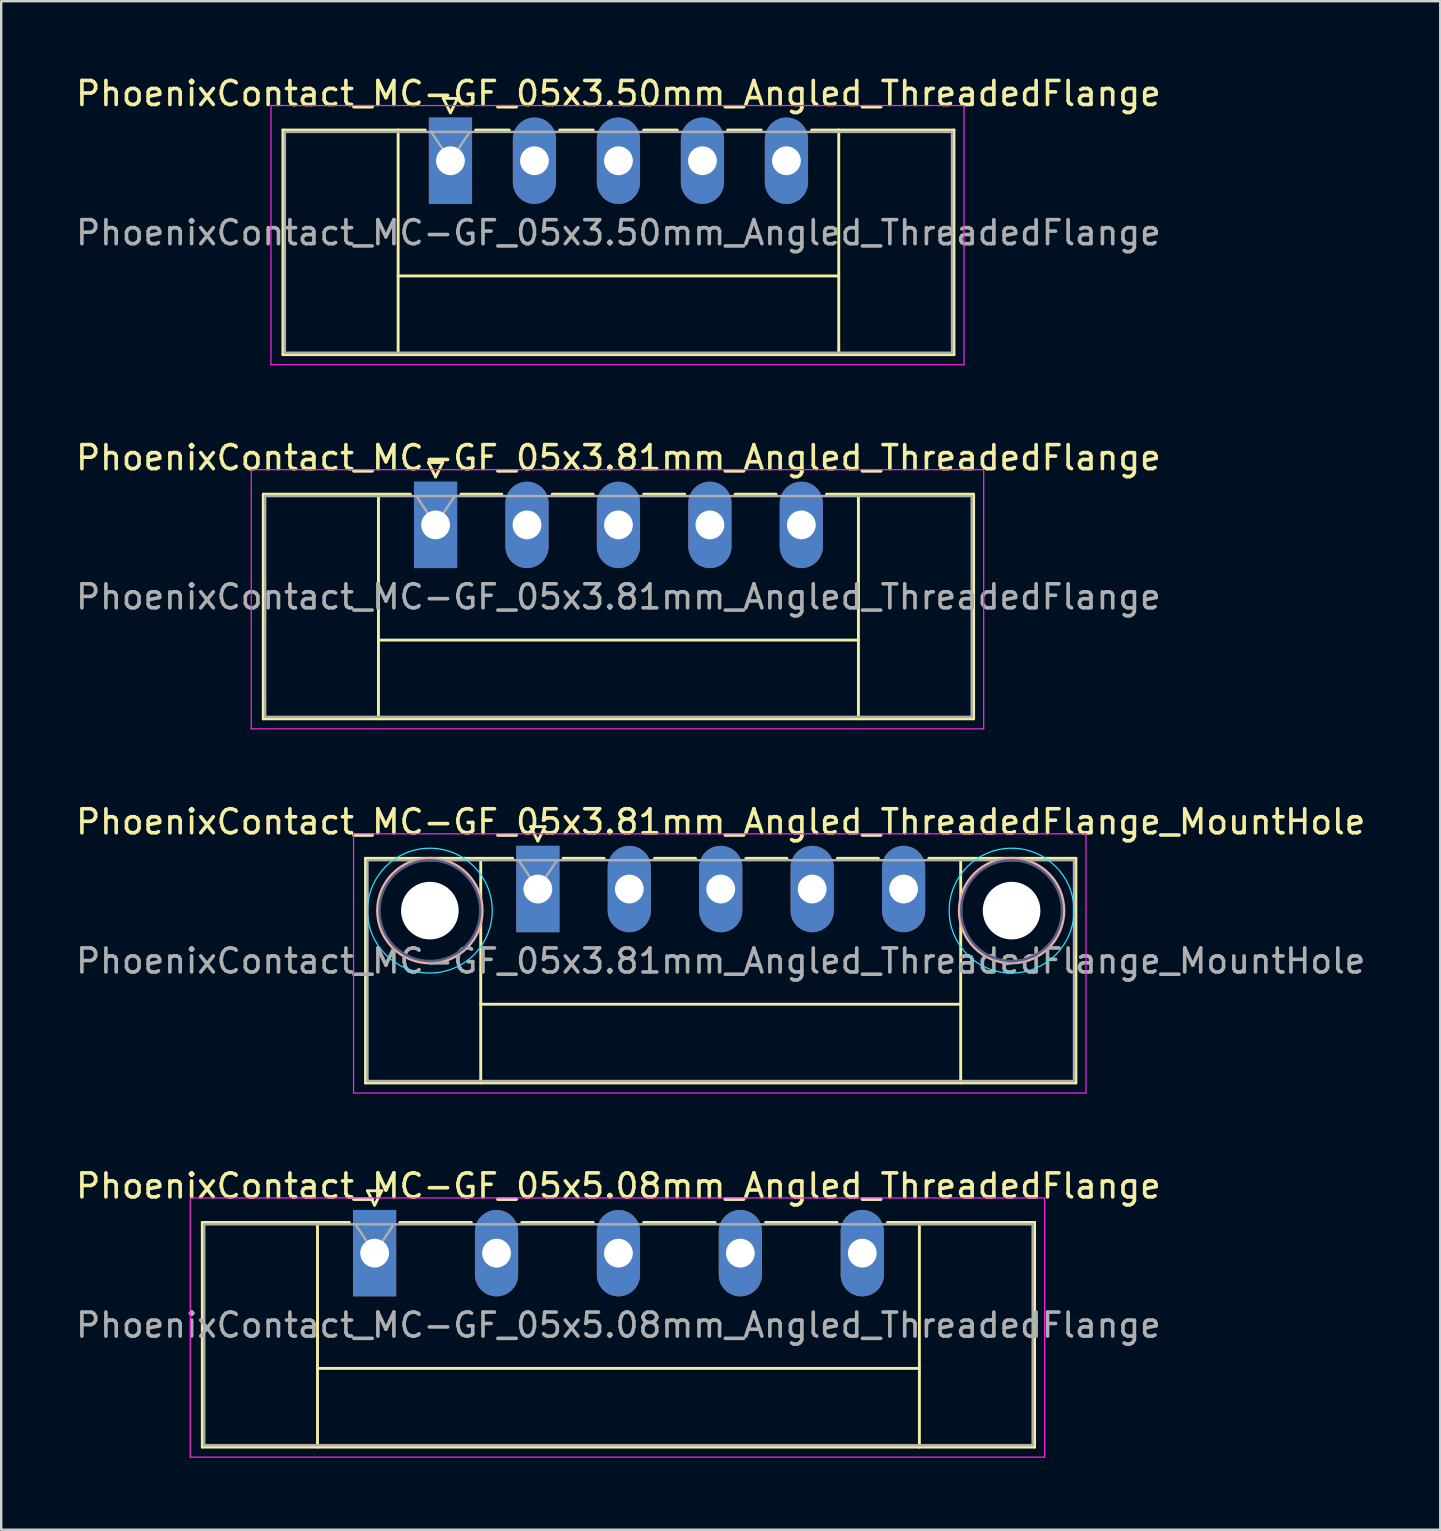
<source format=kicad_pcb>
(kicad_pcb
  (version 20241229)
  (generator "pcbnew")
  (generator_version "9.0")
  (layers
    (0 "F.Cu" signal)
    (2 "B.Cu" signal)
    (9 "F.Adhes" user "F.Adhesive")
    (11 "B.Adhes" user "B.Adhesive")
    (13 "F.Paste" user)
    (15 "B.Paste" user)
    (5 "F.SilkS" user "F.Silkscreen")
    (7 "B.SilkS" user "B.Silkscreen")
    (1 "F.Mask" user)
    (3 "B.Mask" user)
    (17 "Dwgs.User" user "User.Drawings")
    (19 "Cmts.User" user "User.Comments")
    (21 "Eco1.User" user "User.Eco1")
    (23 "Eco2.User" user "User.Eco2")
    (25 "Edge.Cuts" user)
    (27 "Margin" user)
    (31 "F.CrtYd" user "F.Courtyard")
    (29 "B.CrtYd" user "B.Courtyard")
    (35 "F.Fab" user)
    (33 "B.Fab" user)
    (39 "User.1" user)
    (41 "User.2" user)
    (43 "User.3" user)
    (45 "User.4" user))
  (footprint "PhoenixContact_MC-GF_05x3.50mm_Angled_ThreadedFlange"
    (layer "F.Cu")
    (at 15.72 3.648)
    (property "Reference" "PhoenixContact_MC-GF_05x3.50mm_Angled_ThreadedFlange" (at 7 -2.8 0) (layer "F.SilkS") (effects (font (size 1 1) (thickness 0.15))))
    (attr through_hole)
    (fp_line (start -6.98 -1.28) (end -6.98 8.08) (stroke (width 0.12) (type solid)) (layer "F.SilkS"))
    (fp_line (start -6.98 -1.28) (end -1.05 -1.28) (stroke (width 0.12) (type solid)) (layer "F.SilkS"))
    (fp_line (start -6.98 8.08) (end 20.98 8.08) (stroke (width 0.12) (type solid)) (layer "F.SilkS"))
    (fp_line (start -2.18 -1.28) (end -2.18 8.08) (stroke (width 0.12) (type solid)) (layer "F.SilkS"))
    (fp_line (start -2.18 4.8) (end 16.18 4.8) (stroke (width 0.12) (type solid)) (layer "F.SilkS"))
    (fp_line (start -0.3 -2.6) (end 0.3 -2.6) (stroke (width 0.12) (type solid)) (layer "F.SilkS"))
    (fp_line (start 0 -2) (end -0.3 -2.6) (stroke (width 0.12) (type solid)) (layer "F.SilkS"))
    (fp_line (start 0.3 -2.6) (end 0 -2) (stroke (width 0.12) (type solid)) (layer "F.SilkS"))
    (fp_line (start 1.05 -1.28) (end 2.45 -1.28) (stroke (width 0.12) (type solid)) (layer "F.SilkS"))
    (fp_line (start 4.55 -1.28) (end 5.95 -1.28) (stroke (width 0.12) (type solid)) (layer "F.SilkS"))
    (fp_line (start 8.05 -1.28) (end 9.45 -1.28) (stroke (width 0.12) (type solid)) (layer "F.SilkS"))
    (fp_line (start 11.55 -1.28) (end 12.95 -1.28) (stroke (width 0.12) (type solid)) (layer "F.SilkS"))
    (fp_line (start 16.18 -1.28) (end 16.18 8.08) (stroke (width 0.12) (type solid)) (layer "F.SilkS"))
    (fp_line (start 20.98 -1.28) (end 15.05 -1.28) (stroke (width 0.12) (type solid)) (layer "F.SilkS"))
    (fp_line (start 20.98 8.08) (end 20.98 -1.28) (stroke (width 0.12) (type solid)) (layer "F.SilkS"))
    (fp_line (start -7.48 -2.3) (end -7.48 8.5) (stroke (width 0.05) (type solid)) (layer "F.CrtYd"))
    (fp_line (start -7.48 8.5) (end 21.4 8.5) (stroke (width 0.05) (type solid)) (layer "F.CrtYd"))
    (fp_line (start 21.4 -2.3) (end -7.48 -2.3) (stroke (width 0.05) (type solid)) (layer "F.CrtYd"))
    (fp_line (start 21.4 8.5) (end 21.4 -2.3) (stroke (width 0.05) (type solid)) (layer "F.CrtYd"))
    (fp_line (start -6.9 -1.2) (end -6.9 8) (stroke (width 0.1) (type solid)) (layer "F.Fab"))
    (fp_line (start -6.9 8) (end 20.9 8) (stroke (width 0.1) (type solid)) (layer "F.Fab"))
    (fp_line (start 0 0) (end -0.8 -1.2) (stroke (width 0.1) (type solid)) (layer "F.Fab"))
    (fp_line (start 0.8 -1.2) (end 0 0) (stroke (width 0.1) (type solid)) (layer "F.Fab"))
    (fp_line (start 20.9 -1.2) (end -6.9 -1.2) (stroke (width 0.1) (type solid)) (layer "F.Fab"))
    (fp_line (start 20.9 8) (end 20.9 -1.2) (stroke (width 0.1) (type solid)) (layer "F.Fab"))
    (fp_text user "${REFERENCE}" (at 7 3 0) (layer "F.Fab") (effects (font (size 1 1) (thickness 0.15))))
    (pad "1" thru_hole rect (at 0 0) (size 1.8 3.6) (drill 1.2) (layers "*.Cu" "*.Mask"))
    (pad "2" thru_hole oval (at 3.5 0) (size 1.8 3.6) (drill 1.2) (layers "*.Cu" "*.Mask"))
    (pad "3" thru_hole oval (at 7 0) (size 1.8 3.6) (drill 1.2) (layers "*.Cu" "*.Mask"))
    (pad "4" thru_hole oval (at 10.5 0) (size 1.8 3.6) (drill 1.2) (layers "*.Cu" "*.Mask"))
    (pad "5" thru_hole oval (at 14 0) (size 1.8 3.6) (drill 1.2) (layers "*.Cu" "*.Mask")))
  (footprint "PhoenixContact_MC-GF_05x5.08mm_Angled_ThreadedFlange"
    (layer "F.Cu")
    (at 12.56 49.168)
    (property "Reference" "PhoenixContact_MC-GF_05x5.08mm_Angled_ThreadedFlange" (at 10.16 -2.8 0) (layer "F.SilkS") (effects (font (size 1 1) (thickness 0.15))))
    (attr through_hole)
    (fp_line (start -7.18 -1.28) (end -7.18 8.08) (stroke (width 0.12) (type solid)) (layer "F.SilkS"))
    (fp_line (start -7.18 -1.28) (end -1.05 -1.28) (stroke (width 0.12) (type solid)) (layer "F.SilkS"))
    (fp_line (start -7.18 8.08) (end 27.5 8.08) (stroke (width 0.12) (type solid)) (layer "F.SilkS"))
    (fp_line (start -2.38 -1.28) (end -2.38 8.08) (stroke (width 0.12) (type solid)) (layer "F.SilkS"))
    (fp_line (start -2.38 4.8) (end 22.7 4.8) (stroke (width 0.12) (type solid)) (layer "F.SilkS"))
    (fp_line (start -0.3 -2.6) (end 0.3 -2.6) (stroke (width 0.12) (type solid)) (layer "F.SilkS"))
    (fp_line (start 0 -2) (end -0.3 -2.6) (stroke (width 0.12) (type solid)) (layer "F.SilkS"))
    (fp_line (start 0.3 -2.6) (end 0 -2) (stroke (width 0.12) (type solid)) (layer "F.SilkS"))
    (fp_line (start 1.05 -1.28) (end 4.03 -1.28) (stroke (width 0.12) (type solid)) (layer "F.SilkS"))
    (fp_line (start 6.13 -1.28) (end 9.11 -1.28) (stroke (width 0.12) (type solid)) (layer "F.SilkS"))
    (fp_line (start 11.21 -1.28) (end 14.19 -1.28) (stroke (width 0.12) (type solid)) (layer "F.SilkS"))
    (fp_line (start 16.29 -1.28) (end 19.27 -1.28) (stroke (width 0.12) (type solid)) (layer "F.SilkS"))
    (fp_line (start 22.7 -1.28) (end 22.7 8.08) (stroke (width 0.12) (type solid)) (layer "F.SilkS"))
    (fp_line (start 27.5 -1.28) (end 21.37 -1.28) (stroke (width 0.12) (type solid)) (layer "F.SilkS"))
    (fp_line (start 27.5 8.08) (end 27.5 -1.28) (stroke (width 0.12) (type solid)) (layer "F.SilkS"))
    (fp_line (start -7.68 -2.3) (end -7.68 8.5) (stroke (width 0.05) (type solid)) (layer "F.CrtYd"))
    (fp_line (start -7.68 8.5) (end 27.92 8.5) (stroke (width 0.05) (type solid)) (layer "F.CrtYd"))
    (fp_line (start 27.92 -2.3) (end -7.68 -2.3) (stroke (width 0.05) (type solid)) (layer "F.CrtYd"))
    (fp_line (start 27.92 8.5) (end 27.92 -2.3) (stroke (width 0.05) (type solid)) (layer "F.CrtYd"))
    (fp_line (start -7.1 -1.2) (end -7.1 8) (stroke (width 0.1) (type solid)) (layer "F.Fab"))
    (fp_line (start -7.1 8) (end 27.42 8) (stroke (width 0.1) (type solid)) (layer "F.Fab"))
    (fp_line (start 0 0) (end -0.8 -1.2) (stroke (width 0.1) (type solid)) (layer "F.Fab"))
    (fp_line (start 0.8 -1.2) (end 0 0) (stroke (width 0.1) (type solid)) (layer "F.Fab"))
    (fp_line (start 27.42 -1.2) (end -7.1 -1.2) (stroke (width 0.1) (type solid)) (layer "F.Fab"))
    (fp_line (start 27.42 8) (end 27.42 -1.2) (stroke (width 0.1) (type solid)) (layer "F.Fab"))
    (fp_text user "${REFERENCE}" (at 10.16 3 0) (layer "F.Fab") (effects (font (size 1 1) (thickness 0.15))))
    (pad "1" thru_hole rect (at 0 0) (size 1.8 3.6) (drill 1.2) (layers "*.Cu" "*.Mask"))
    (pad "2" thru_hole oval (at 5.08 0) (size 1.8 3.6) (drill 1.2) (layers "*.Cu" "*.Mask"))
    (pad "3" thru_hole oval (at 10.16 0) (size 1.8 3.6) (drill 1.2) (layers "*.Cu" "*.Mask"))
    (pad "4" thru_hole oval (at 15.24 0) (size 1.8 3.6) (drill 1.2) (layers "*.Cu" "*.Mask"))
    (pad "5" thru_hole oval (at 20.32 0) (size 1.8 3.6) (drill 1.2) (layers "*.Cu" "*.Mask")))
  (footprint "PhoenixContact_MC-GF_05x3.81mm_Angled_ThreadedFlange"
    (layer "F.Cu")
    (at 15.1 18.822)
    (property "Reference" "PhoenixContact_MC-GF_05x3.81mm_Angled_ThreadedFlange" (at 7.62 -2.8 0) (layer "F.SilkS") (effects (font (size 1 1) (thickness 0.15))))
    (attr through_hole)
    (fp_line (start -7.18 -1.28) (end -7.18 8.08) (stroke (width 0.12) (type solid)) (layer "F.SilkS"))
    (fp_line (start -7.18 -1.28) (end -1.05 -1.28) (stroke (width 0.12) (type solid)) (layer "F.SilkS"))
    (fp_line (start -7.18 8.08) (end 22.42 8.08) (stroke (width 0.12) (type solid)) (layer "F.SilkS"))
    (fp_line (start -2.38 -1.28) (end -2.38 8.08) (stroke (width 0.12) (type solid)) (layer "F.SilkS"))
    (fp_line (start -2.38 4.8) (end 17.62 4.8) (stroke (width 0.12) (type solid)) (layer "F.SilkS"))
    (fp_line (start -0.3 -2.6) (end 0.3 -2.6) (stroke (width 0.12) (type solid)) (layer "F.SilkS"))
    (fp_line (start 0 -2) (end -0.3 -2.6) (stroke (width 0.12) (type solid)) (layer "F.SilkS"))
    (fp_line (start 0.3 -2.6) (end 0 -2) (stroke (width 0.12) (type solid)) (layer "F.SilkS"))
    (fp_line (start 1.05 -1.28) (end 2.76 -1.28) (stroke (width 0.12) (type solid)) (layer "F.SilkS"))
    (fp_line (start 4.86 -1.28) (end 6.57 -1.28) (stroke (width 0.12) (type solid)) (layer "F.SilkS"))
    (fp_line (start 8.67 -1.28) (end 10.38 -1.28) (stroke (width 0.12) (type solid)) (layer "F.SilkS"))
    (fp_line (start 12.48 -1.28) (end 14.19 -1.28) (stroke (width 0.12) (type solid)) (layer "F.SilkS"))
    (fp_line (start 17.62 -1.28) (end 17.62 8.08) (stroke (width 0.12) (type solid)) (layer "F.SilkS"))
    (fp_line (start 22.42 -1.28) (end 16.29 -1.28) (stroke (width 0.12) (type solid)) (layer "F.SilkS"))
    (fp_line (start 22.42 8.08) (end 22.42 -1.28) (stroke (width 0.12) (type solid)) (layer "F.SilkS"))
    (fp_line (start -7.68 -2.3) (end -7.68 8.5) (stroke (width 0.05) (type solid)) (layer "F.CrtYd"))
    (fp_line (start -7.68 8.5) (end 22.84 8.5) (stroke (width 0.05) (type solid)) (layer "F.CrtYd"))
    (fp_line (start 22.84 -2.3) (end -7.68 -2.3) (stroke (width 0.05) (type solid)) (layer "F.CrtYd"))
    (fp_line (start 22.84 8.5) (end 22.84 -2.3) (stroke (width 0.05) (type solid)) (layer "F.CrtYd"))
    (fp_line (start -7.1 -1.2) (end -7.1 8) (stroke (width 0.1) (type solid)) (layer "F.Fab"))
    (fp_line (start -7.1 8) (end 22.34 8) (stroke (width 0.1) (type solid)) (layer "F.Fab"))
    (fp_line (start 0 0) (end -0.8 -1.2) (stroke (width 0.1) (type solid)) (layer "F.Fab"))
    (fp_line (start 0.8 -1.2) (end 0 0) (stroke (width 0.1) (type solid)) (layer "F.Fab"))
    (fp_line (start 22.34 -1.2) (end -7.1 -1.2) (stroke (width 0.1) (type solid)) (layer "F.Fab"))
    (fp_line (start 22.34 8) (end 22.34 -1.2) (stroke (width 0.1) (type solid)) (layer "F.Fab"))
    (fp_text user "${REFERENCE}" (at 7.62 3 0) (layer "F.Fab") (effects (font (size 1 1) (thickness 0.15))))
    (pad "1" thru_hole rect (at 0 0) (size 1.8 3.6) (drill 1.2) (layers "*.Cu" "*.Mask"))
    (pad "2" thru_hole oval (at 3.81 0) (size 1.8 3.6) (drill 1.2) (layers "*.Cu" "*.Mask"))
    (pad "3" thru_hole oval (at 7.62 0) (size 1.8 3.6) (drill 1.2) (layers "*.Cu" "*.Mask"))
    (pad "4" thru_hole oval (at 11.43 0) (size 1.8 3.6) (drill 1.2) (layers "*.Cu" "*.Mask"))
    (pad "5" thru_hole oval (at 15.24 0) (size 1.8 3.6) (drill 1.2) (layers "*.Cu" "*.Mask")))
  (footprint "PhoenixContact_MC-GF_05x3.81mm_Angled_ThreadedFlange_MountHole"
    (layer "F.Cu")
    (at 19.362 33.995)
    (property "Reference" "PhoenixContact_MC-GF_05x3.81mm_Angled_ThreadedFlange_MountHole" (at 7.62 -2.8 0) (layer "F.SilkS") (effects (font (size 1 1) (thickness 0.15))))
    (attr through_hole)
    (fp_line (start -7.18 -1.28) (end -7.18 8.08) (stroke (width 0.12) (type solid)) (layer "F.SilkS"))
    (fp_line (start -7.18 -1.28) (end -1.05 -1.28) (stroke (width 0.12) (type solid)) (layer "F.SilkS"))
    (fp_line (start -7.18 8.08) (end 22.42 8.08) (stroke (width 0.12) (type solid)) (layer "F.SilkS"))
    (fp_line (start -2.38 -1.28) (end -2.38 8.08) (stroke (width 0.12) (type solid)) (layer "F.SilkS"))
    (fp_line (start -2.38 4.8) (end 17.62 4.8) (stroke (width 0.12) (type solid)) (layer "F.SilkS"))
    (fp_line (start -0.3 -2.6) (end 0.3 -2.6) (stroke (width 0.12) (type solid)) (layer "F.SilkS"))
    (fp_line (start 0 -2) (end -0.3 -2.6) (stroke (width 0.12) (type solid)) (layer "F.SilkS"))
    (fp_line (start 0.3 -2.6) (end 0 -2) (stroke (width 0.12) (type solid)) (layer "F.SilkS"))
    (fp_line (start 1.05 -1.28) (end 2.76 -1.28) (stroke (width 0.12) (type solid)) (layer "F.SilkS"))
    (fp_line (start 4.86 -1.28) (end 6.57 -1.28) (stroke (width 0.12) (type solid)) (layer "F.SilkS"))
    (fp_line (start 8.67 -1.28) (end 10.38 -1.28) (stroke (width 0.12) (type solid)) (layer "F.SilkS"))
    (fp_line (start 12.48 -1.28) (end 14.19 -1.28) (stroke (width 0.12) (type solid)) (layer "F.SilkS"))
    (fp_line (start 17.62 -1.28) (end 17.62 8.08) (stroke (width 0.12) (type solid)) (layer "F.SilkS"))
    (fp_line (start 22.42 -1.28) (end 16.29 -1.28) (stroke (width 0.12) (type solid)) (layer "F.SilkS"))
    (fp_line (start 22.42 8.08) (end 22.42 -1.28) (stroke (width 0.12) (type solid)) (layer "F.SilkS"))
    (fp_circle (center -4.5 0.9) (end -2.32 0.9) (stroke (width 0.12) (type solid)) (fill no) (layer "B.SilkS"))
    (fp_circle (center 19.74 0.9) (end 21.92 0.9) (stroke (width 0.12) (type solid)) (fill no) (layer "B.SilkS"))
    (fp_circle (center -4.5 0.9) (end -1.9 0.9) (stroke (width 0.05) (type solid)) (fill no) (layer "B.CrtYd"))
    (fp_circle (center 19.74 0.9) (end 22.34 0.9) (stroke (width 0.05) (type solid)) (fill no) (layer "B.CrtYd"))
    (fp_line (start -7.68 -2.3) (end -7.68 8.5) (stroke (width 0.05) (type solid)) (layer "F.CrtYd"))
    (fp_line (start -7.68 8.5) (end 22.84 8.5) (stroke (width 0.05) (type solid)) (layer "F.CrtYd"))
    (fp_line (start 22.84 -2.3) (end -7.68 -2.3) (stroke (width 0.05) (type solid)) (layer "F.CrtYd"))
    (fp_line (start 22.84 8.5) (end 22.84 -2.3) (stroke (width 0.05) (type solid)) (layer "F.CrtYd"))
    (fp_circle (center -4.5 0.9) (end -2.4 0.9) (stroke (width 0.1) (type solid)) (fill no) (layer "B.Fab"))
    (fp_circle (center 19.74 0.9) (end 21.84 0.9) (stroke (width 0.1) (type solid)) (fill no) (layer "B.Fab"))
    (fp_line (start -7.1 -1.2) (end -7.1 8) (stroke (width 0.1) (type solid)) (layer "F.Fab"))
    (fp_line (start -7.1 8) (end 22.34 8) (stroke (width 0.1) (type solid)) (layer "F.Fab"))
    (fp_line (start 0 0) (end -0.8 -1.2) (stroke (width 0.1) (type solid)) (layer "F.Fab"))
    (fp_line (start 0.8 -1.2) (end 0 0) (stroke (width 0.1) (type solid)) (layer "F.Fab"))
    (fp_line (start 22.34 -1.2) (end -7.1 -1.2) (stroke (width 0.1) (type solid)) (layer "F.Fab"))
    (fp_line (start 22.34 8) (end 22.34 -1.2) (stroke (width 0.1) (type solid)) (layer "F.Fab"))
    (fp_text user "${REFERENCE}" (at 7.62 3 0) (layer "F.Fab") (effects (font (size 1 1) (thickness 0.15))))
    (pad "" np_thru_hole circle (at -4.5 0.9) (size 2.4 2.4) (drill 2.4) (layers "*.Cu" "*.Mask"))
    (pad "" np_thru_hole circle (at 19.74 0.9) (size 2.4 2.4) (drill 2.4) (layers "*.Cu" "*.Mask"))
    (pad "1" thru_hole rect (at 0 0) (size 1.8 3.6) (drill 1.2) (layers "*.Cu" "*.Mask"))
    (pad "2" thru_hole oval (at 3.81 0) (size 1.8 3.6) (drill 1.2) (layers "*.Cu" "*.Mask"))
    (pad "3" thru_hole oval (at 7.62 0) (size 1.8 3.6) (drill 1.2) (layers "*.Cu" "*.Mask"))
    (pad "4" thru_hole oval (at 11.43 0) (size 1.8 3.6) (drill 1.2) (layers "*.Cu" "*.Mask"))
    (pad "5" thru_hole oval (at 15.24 0) (size 1.8 3.6) (drill 1.2) (layers "*.Cu" "*.Mask")))
  (gr_rect
    (start -3 -3)
    (end 56.964 60.693)
    (stroke (width 0.1) (type default))
    (fill no)
    (layer "Edge.Cuts")))
</source>
